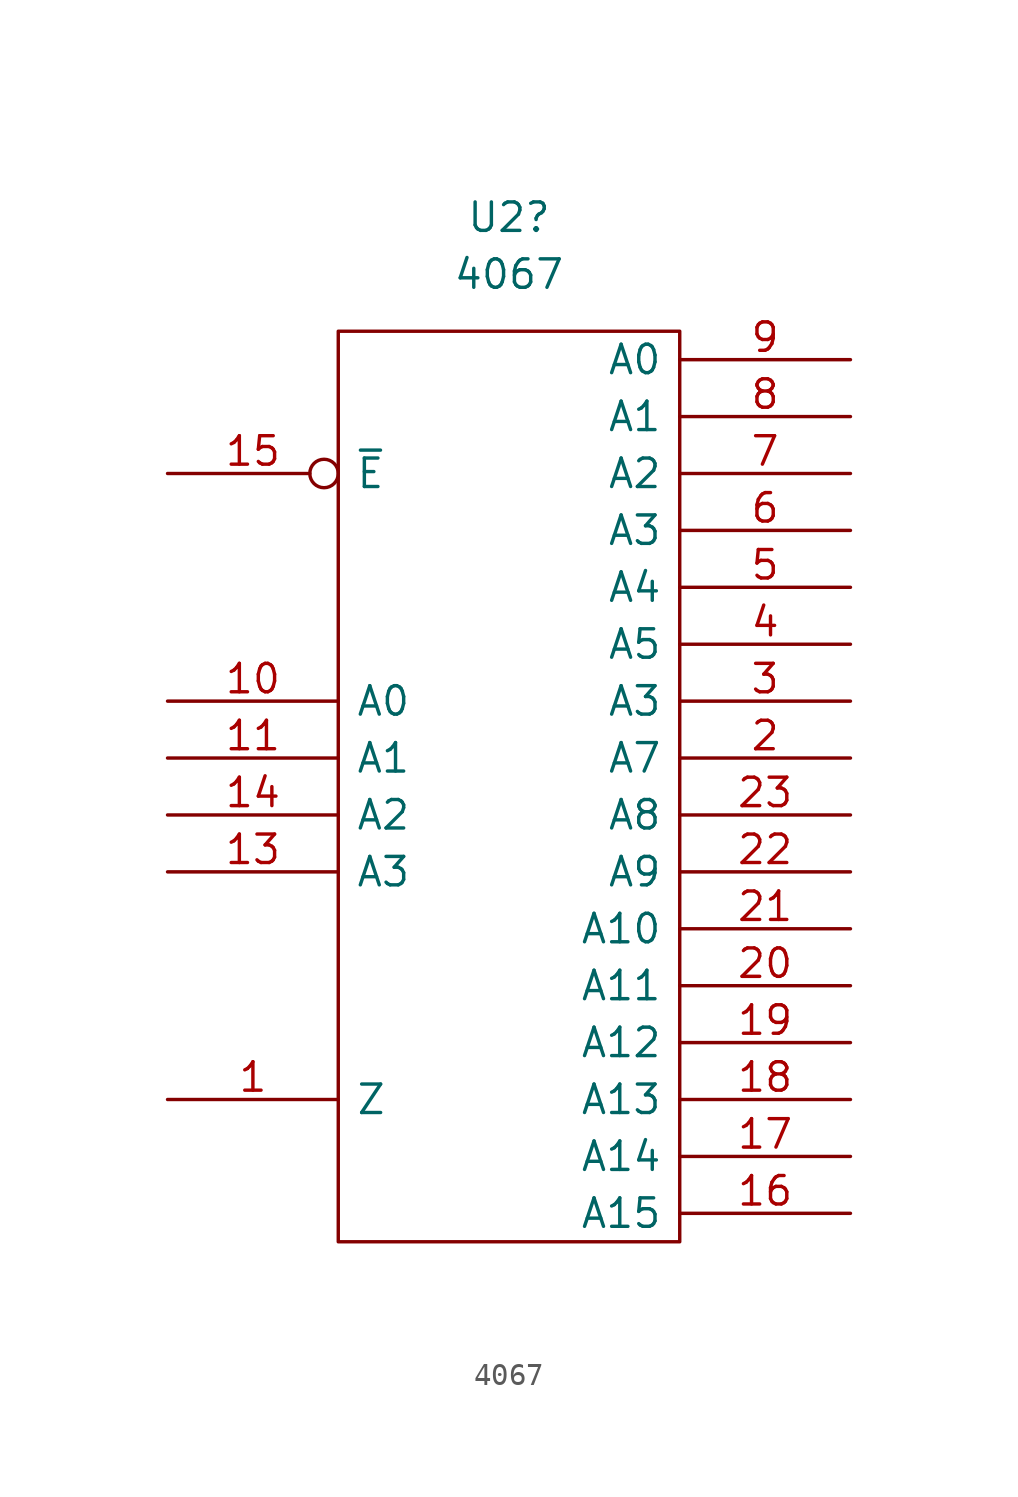
<source format=kicad_sym>
(kicad_symbol_lib
  (version 20211014)
  (generator kicad_symbol_editor)
  (symbol "4067"
    (pin_names
      (offset 0.762))
    (property "Reference" "U2"
      (at 0 25.4 0)
      (effects (font (size 1.27 1.27))))
    (property "Value" "4067"
      (at 0 22.86 0)
      (effects (font (size 1.27 1.27))))
    (symbol "4067_0_1"
      (rectangle (start 7.62 20.32) (end -7.62 -20.32) (stroke (width 0) (type default) (color 0 0 0 0)) (fill (type none))))
    (symbol "4067_1_1"
      (pin input line (at -15.24 -13.97 0) (length 7.62) (name "Z" (effects (font (size 1.27 1.27)))) (number "1" (effects (font (size 1.27 1.27)))))
      (pin input line (at -15.24 3.81 0) (length 7.62) (name "A0" (effects (font (size 1.27 1.27)))) (number "10" (effects (font (size 1.27 1.27)))))
      (pin input line (at -15.24 1.27 0) (length 7.62) (name "A1" (effects (font (size 1.27 1.27)))) (number "11" (effects (font (size 1.27 1.27)))))
      (pin power_in line (at 0 -20.32 90) (length 0) hide (name "Vss" (effects (font (size 1.27 1.27)))) (number "12" (effects (font (size 1.27 1.27)))))
      (pin input line (at -15.24 -3.81 0) (length 7.62) (name "A3" (effects (font (size 1.27 1.27)))) (number "13" (effects (font (size 1.27 1.27)))))
      (pin input line (at -15.24 -1.27 0) (length 7.62) (name "A2" (effects (font (size 1.27 1.27)))) (number "14" (effects (font (size 1.27 1.27)))))
      (pin input inverted (at -15.24 13.97 0) (length 7.62) (name "~{E}" (effects (font (size 1.27 1.27)))) (number "15" (effects (font (size 1.27 1.27)))))
      (pin output line (at 15.24 -19.05 180) (length 7.62) (name "A15" (effects (font (size 1.27 1.27)))) (number "16" (effects (font (size 1.27 1.27)))))
      (pin output line (at 15.24 -16.51 180) (length 7.62) (name "A14" (effects (font (size 1.27 1.27)))) (number "17" (effects (font (size 1.27 1.27)))))
      (pin output line (at 15.24 -13.97 180) (length 7.62) (name "A13" (effects (font (size 1.27 1.27)))) (number "18" (effects (font (size 1.27 1.27)))))
      (pin output line (at 15.24 -11.43 180) (length 7.62) (name "A12" (effects (font (size 1.27 1.27)))) (number "19" (effects (font (size 1.27 1.27)))))
      (pin output line (at 15.24 1.27 180) (length 7.62) (name "A7" (effects (font (size 1.27 1.27)))) (number "2" (effects (font (size 1.27 1.27)))))
      (pin output line (at 15.24 -8.89 180) (length 7.62) (name "A11" (effects (font (size 1.27 1.27)))) (number "20" (effects (font (size 1.27 1.27)))))
      (pin output line (at 15.24 -6.35 180) (length 7.62) (name "A10" (effects (font (size 1.27 1.27)))) (number "21" (effects (font (size 1.27 1.27)))))
      (pin output line (at 15.24 -3.81 180) (length 7.62) (name "A9" (effects (font (size 1.27 1.27)))) (number "22" (effects (font (size 1.27 1.27)))))
      (pin output line (at 15.24 -1.27 180) (length 7.62) (name "A8" (effects (font (size 1.27 1.27)))) (number "23" (effects (font (size 1.27 1.27)))))
      (pin power_in line (at 0 20.32 270) (length 0) hide (name "Vdd" (effects (font (size 1.27 1.27)))) (number "24" (effects (font (size 1.27 1.27)))))
      (pin output line (at 15.24 3.81 180) (length 7.62) (name "A3" (effects (font (size 1.27 1.27)))) (number "3" (effects (font (size 1.27 1.27)))))
      (pin output line (at 15.24 6.35 180) (length 7.62) (name "A5" (effects (font (size 1.27 1.27)))) (number "4" (effects (font (size 1.27 1.27)))))
      (pin output line (at 15.24 8.89 180) (length 7.62) (name "A4" (effects (font (size 1.27 1.27)))) (number "5" (effects (font (size 1.27 1.27)))))
      (pin output line (at 15.24 11.43 180) (length 7.62) (name "A3" (effects (font (size 1.27 1.27)))) (number "6" (effects (font (size 1.27 1.27)))))
      (pin output line (at 15.24 13.97 180) (length 7.62) (name "A2" (effects (font (size 1.27 1.27)))) (number "7" (effects (font (size 1.27 1.27)))))
      (pin output line (at 15.24 16.51 180) (length 7.62) (name "A1" (effects (font (size 1.27 1.27)))) (number "8" (effects (font (size 1.27 1.27)))))
      (pin output line (at 15.24 19.05 180) (length 7.62) (name "A0" (effects (font (size 1.27 1.27)))) (number "9" (effects (font (size 1.27 1.27))))))))
</source>
